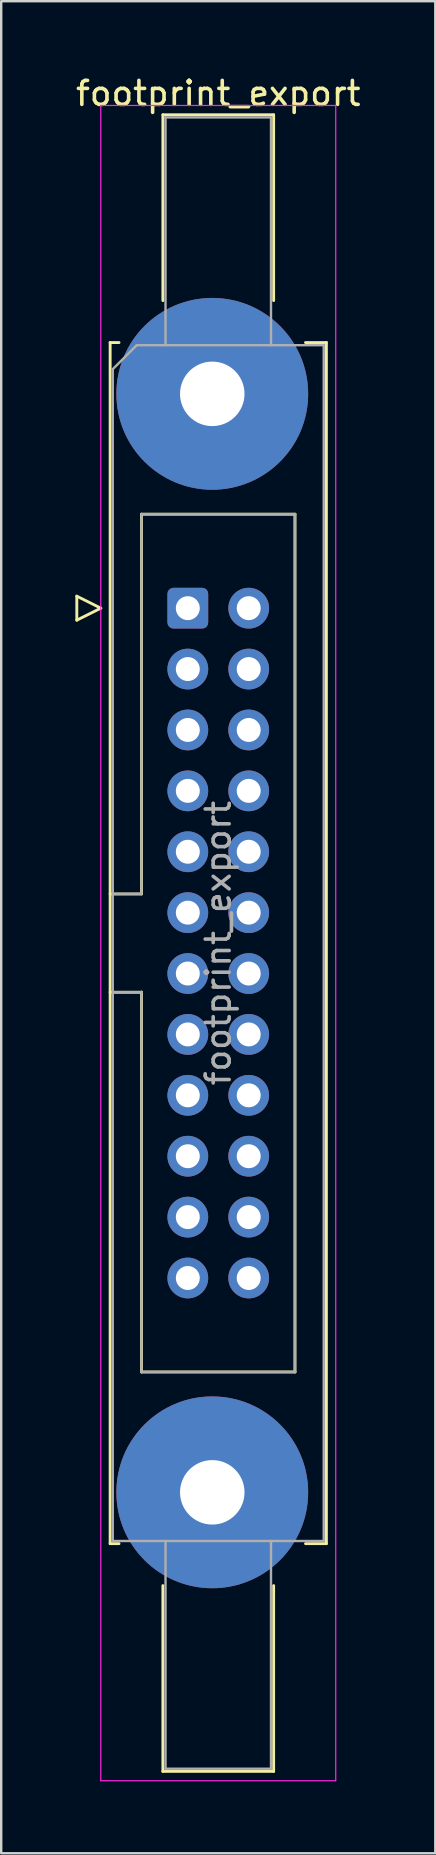
<source format=kicad_pcb>
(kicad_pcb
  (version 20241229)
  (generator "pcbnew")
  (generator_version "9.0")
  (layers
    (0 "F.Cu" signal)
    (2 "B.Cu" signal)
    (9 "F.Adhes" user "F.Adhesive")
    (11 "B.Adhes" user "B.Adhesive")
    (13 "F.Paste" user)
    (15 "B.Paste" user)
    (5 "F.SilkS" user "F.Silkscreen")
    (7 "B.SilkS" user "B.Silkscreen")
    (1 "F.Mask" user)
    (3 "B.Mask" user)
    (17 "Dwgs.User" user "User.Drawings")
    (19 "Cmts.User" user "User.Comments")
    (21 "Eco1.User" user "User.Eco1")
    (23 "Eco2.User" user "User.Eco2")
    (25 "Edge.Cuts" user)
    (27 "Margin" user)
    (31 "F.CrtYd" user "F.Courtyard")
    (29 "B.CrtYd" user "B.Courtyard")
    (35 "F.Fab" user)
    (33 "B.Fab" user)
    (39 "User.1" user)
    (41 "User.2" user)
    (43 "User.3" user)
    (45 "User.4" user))
  (footprint "footprint_export"
    (layer "F.Cu")
    (at 4.784 22.318)
    (property "Reference" "footprint_export" (at 1.27 -21.47 0) (layer "F.SilkS") (effects (font (size 1 1) (thickness 0.15))))
    (attr through_hole)
    (fp_line (start -4.63 -0.5) (end -4.63 0.5) (stroke (width 0.12) (type solid)) (layer "F.SilkS"))
    (fp_line (start -4.63 0.5) (end -3.63 0) (stroke (width 0.12) (type solid)) (layer "F.SilkS"))
    (fp_line (start -3.63 0) (end -4.63 -0.5) (stroke (width 0.12) (type solid)) (layer "F.SilkS"))
    (fp_line (start -3.24 -11.08) (end -3.24 39.02) (stroke (width 0.12) (type solid)) (layer "F.SilkS"))
    (fp_line (start -3.24 11.92) (end -1.93 11.92) (stroke (width 0.12) (type solid)) (layer "F.SilkS"))
    (fp_line (start -3.24 39.02) (end -2.87 39.02) (stroke (width 0.12) (type solid)) (layer "F.SilkS"))
    (fp_line (start -2.87 -11.08) (end -3.24 -11.08) (stroke (width 0.12) (type solid)) (layer "F.SilkS"))
    (fp_line (start -1.93 -3.92) (end 4.47 -3.92) (stroke (width 0.12) (type solid)) (layer "F.SilkS"))
    (fp_line (start -1.93 11.92) (end -1.93 -3.92) (stroke (width 0.12) (type solid)) (layer "F.SilkS"))
    (fp_line (start -1.93 16.02) (end -3.24 16.02) (stroke (width 0.12) (type solid)) (layer "F.SilkS"))
    (fp_line (start -1.93 16.02) (end -1.93 16.02) (stroke (width 0.12) (type solid)) (layer "F.SilkS"))
    (fp_line (start -1.93 31.86) (end -1.93 16.02) (stroke (width 0.12) (type solid)) (layer "F.SilkS"))
    (fp_line (start -1.04 -20.58) (end 3.58 -20.58) (stroke (width 0.12) (type solid)) (layer "F.SilkS"))
    (fp_line (start -1.04 -12.83) (end -1.04 -20.58) (stroke (width 0.12) (type solid)) (layer "F.SilkS"))
    (fp_line (start -1.04 40.77) (end -1.04 48.52) (stroke (width 0.12) (type solid)) (layer "F.SilkS"))
    (fp_line (start -1.04 48.52) (end 3.58 48.52) (stroke (width 0.12) (type solid)) (layer "F.SilkS"))
    (fp_line (start 3.58 -20.58) (end 3.58 -12.83) (stroke (width 0.12) (type solid)) (layer "F.SilkS"))
    (fp_line (start 3.58 48.52) (end 3.58 40.77) (stroke (width 0.12) (type solid)) (layer "F.SilkS"))
    (fp_line (start 4.47 -3.92) (end 4.47 31.86) (stroke (width 0.12) (type solid)) (layer "F.SilkS"))
    (fp_line (start 4.47 31.86) (end -1.93 31.86) (stroke (width 0.12) (type solid)) (layer "F.SilkS"))
    (fp_line (start 4.91 -11.08) (end 5.78 -11.08) (stroke (width 0.12) (type solid)) (layer "F.SilkS"))
    (fp_line (start 5.78 -11.08) (end 5.78 39.02) (stroke (width 0.12) (type solid)) (layer "F.SilkS"))
    (fp_line (start 5.78 39.02) (end 4.91 39.02) (stroke (width 0.12) (type solid)) (layer "F.SilkS"))
    (fp_line (start -3.63 -20.97) (end -3.63 48.91) (stroke (width 0.05) (type solid)) (layer "F.CrtYd"))
    (fp_line (start -3.63 48.91) (end 6.17 48.91) (stroke (width 0.05) (type solid)) (layer "F.CrtYd"))
    (fp_line (start 6.17 -20.97) (end -3.63 -20.97) (stroke (width 0.05) (type solid)) (layer "F.CrtYd"))
    (fp_line (start 6.17 48.91) (end 6.17 -20.97) (stroke (width 0.05) (type solid)) (layer "F.CrtYd"))
    (fp_line (start -3.13 -9.97) (end -2.13 -10.97) (stroke (width 0.1) (type solid)) (layer "F.Fab"))
    (fp_line (start -3.13 11.92) (end -1.93 11.92) (stroke (width 0.1) (type solid)) (layer "F.Fab"))
    (fp_line (start -3.13 38.91) (end -3.13 -9.97) (stroke (width 0.1) (type solid)) (layer "F.Fab"))
    (fp_line (start -2.13 -10.97) (end 5.67 -10.97) (stroke (width 0.1) (type solid)) (layer "F.Fab"))
    (fp_line (start -1.93 -3.92) (end 4.47 -3.92) (stroke (width 0.1) (type solid)) (layer "F.Fab"))
    (fp_line (start -1.93 11.92) (end -1.93 -3.92) (stroke (width 0.1) (type solid)) (layer "F.Fab"))
    (fp_line (start -1.93 16.02) (end -3.13 16.02) (stroke (width 0.1) (type solid)) (layer "F.Fab"))
    (fp_line (start -1.93 16.02) (end -1.93 16.02) (stroke (width 0.1) (type solid)) (layer "F.Fab"))
    (fp_line (start -1.93 31.86) (end -1.93 16.02) (stroke (width 0.1) (type solid)) (layer "F.Fab"))
    (fp_line (start -0.93 -20.47) (end 3.47 -20.47) (stroke (width 0.1) (type solid)) (layer "F.Fab"))
    (fp_line (start -0.93 -10.97) (end -0.93 -20.47) (stroke (width 0.1) (type solid)) (layer "F.Fab"))
    (fp_line (start -0.93 38.91) (end -0.93 48.41) (stroke (width 0.1) (type solid)) (layer "F.Fab"))
    (fp_line (start -0.93 48.41) (end 3.47 48.41) (stroke (width 0.1) (type solid)) (layer "F.Fab"))
    (fp_line (start 3.47 -20.47) (end 3.47 -10.97) (stroke (width 0.1) (type solid)) (layer "F.Fab"))
    (fp_line (start 3.47 48.41) (end 3.47 38.91) (stroke (width 0.1) (type solid)) (layer "F.Fab"))
    (fp_line (start 4.47 -3.92) (end 4.47 31.86) (stroke (width 0.1) (type solid)) (layer "F.Fab"))
    (fp_line (start 4.47 31.86) (end -1.93 31.86) (stroke (width 0.1) (type solid)) (layer "F.Fab"))
    (fp_line (start 5.67 -10.97) (end 5.67 38.91) (stroke (width 0.1) (type solid)) (layer "F.Fab"))
    (fp_line (start 5.67 38.91) (end -3.13 38.91) (stroke (width 0.1) (type solid)) (layer "F.Fab"))
    (fp_text user "${REFERENCE}" (at 1.27 13.97 90) (layer "F.Fab") (effects (font (size 1 1) (thickness 0.15))))
    (pad "1" thru_hole roundrect (at 0 0) (size 1.7 1.7) (drill 1) (layers "*.Cu" "*.Mask") (roundrect_rratio 0.147))
    (pad "2" thru_hole circle (at 2.54 0) (size 1.7 1.7) (drill 1) (layers "*.Cu" "*.Mask"))
    (pad "3" thru_hole circle (at 0 2.54) (size 1.7 1.7) (drill 1) (layers "*.Cu" "*.Mask"))
    (pad "4" thru_hole circle (at 2.54 2.54) (size 1.7 1.7) (drill 1) (layers "*.Cu" "*.Mask"))
    (pad "5" thru_hole circle (at 0 5.08) (size 1.7 1.7) (drill 1) (layers "*.Cu" "*.Mask"))
    (pad "6" thru_hole circle (at 2.54 5.08) (size 1.7 1.7) (drill 1) (layers "*.Cu" "*.Mask"))
    (pad "7" thru_hole circle (at 0 7.62) (size 1.7 1.7) (drill 1) (layers "*.Cu" "*.Mask"))
    (pad "8" thru_hole circle (at 2.54 7.62) (size 1.7 1.7) (drill 1) (layers "*.Cu" "*.Mask"))
    (pad "9" thru_hole circle (at 0 10.16) (size 1.7 1.7) (drill 1) (layers "*.Cu" "*.Mask"))
    (pad "10" thru_hole circle (at 2.54 10.16) (size 1.7 1.7) (drill 1) (layers "*.Cu" "*.Mask"))
    (pad "11" thru_hole circle (at 0 12.7) (size 1.7 1.7) (drill 1) (layers "*.Cu" "*.Mask"))
    (pad "12" thru_hole circle (at 2.54 12.7) (size 1.7 1.7) (drill 1) (layers "*.Cu" "*.Mask"))
    (pad "13" thru_hole circle (at 0 15.24) (size 1.7 1.7) (drill 1) (layers "*.Cu" "*.Mask"))
    (pad "14" thru_hole circle (at 2.54 15.24) (size 1.7 1.7) (drill 1) (layers "*.Cu" "*.Mask"))
    (pad "15" thru_hole circle (at 0 17.78) (size 1.7 1.7) (drill 1) (layers "*.Cu" "*.Mask"))
    (pad "16" thru_hole circle (at 2.54 17.78) (size 1.7 1.7) (drill 1) (layers "*.Cu" "*.Mask"))
    (pad "17" thru_hole circle (at 0 20.32) (size 1.7 1.7) (drill 1) (layers "*.Cu" "*.Mask"))
    (pad "18" thru_hole circle (at 2.54 20.32) (size 1.7 1.7) (drill 1) (layers "*.Cu" "*.Mask"))
    (pad "19" thru_hole circle (at 0 22.86) (size 1.7 1.7) (drill 1) (layers "*.Cu" "*.Mask"))
    (pad "20" thru_hole circle (at 2.54 22.86) (size 1.7 1.7) (drill 1) (layers "*.Cu" "*.Mask"))
    (pad "21" thru_hole circle (at 0 25.4) (size 1.7 1.7) (drill 1) (layers "*.Cu" "*.Mask"))
    (pad "22" thru_hole circle (at 2.54 25.4) (size 1.7 1.7) (drill 1) (layers "*.Cu" "*.Mask"))
    (pad "23" thru_hole circle (at 0 27.94) (size 1.7 1.7) (drill 1) (layers "*.Cu" "*.Mask"))
    (pad "24" thru_hole circle (at 2.54 27.94) (size 1.7 1.7) (drill 1) (layers "*.Cu" "*.Mask"))
    (pad "MP" thru_hole circle (at 1.02 -8.94) (size 8 8) (drill 2.69) (layers "*.Cu" "*.Mask"))
    (pad "MP" thru_hole circle (at 1.02 36.88) (size 8 8) (drill 2.69) (layers "*.Cu" "*.Mask")))
  (gr_rect
    (start -3 -3)
    (end 15.107 74.253)
    (stroke (width 0.1) (type default))
    (fill no)
    (layer "Edge.Cuts")))
</source>
